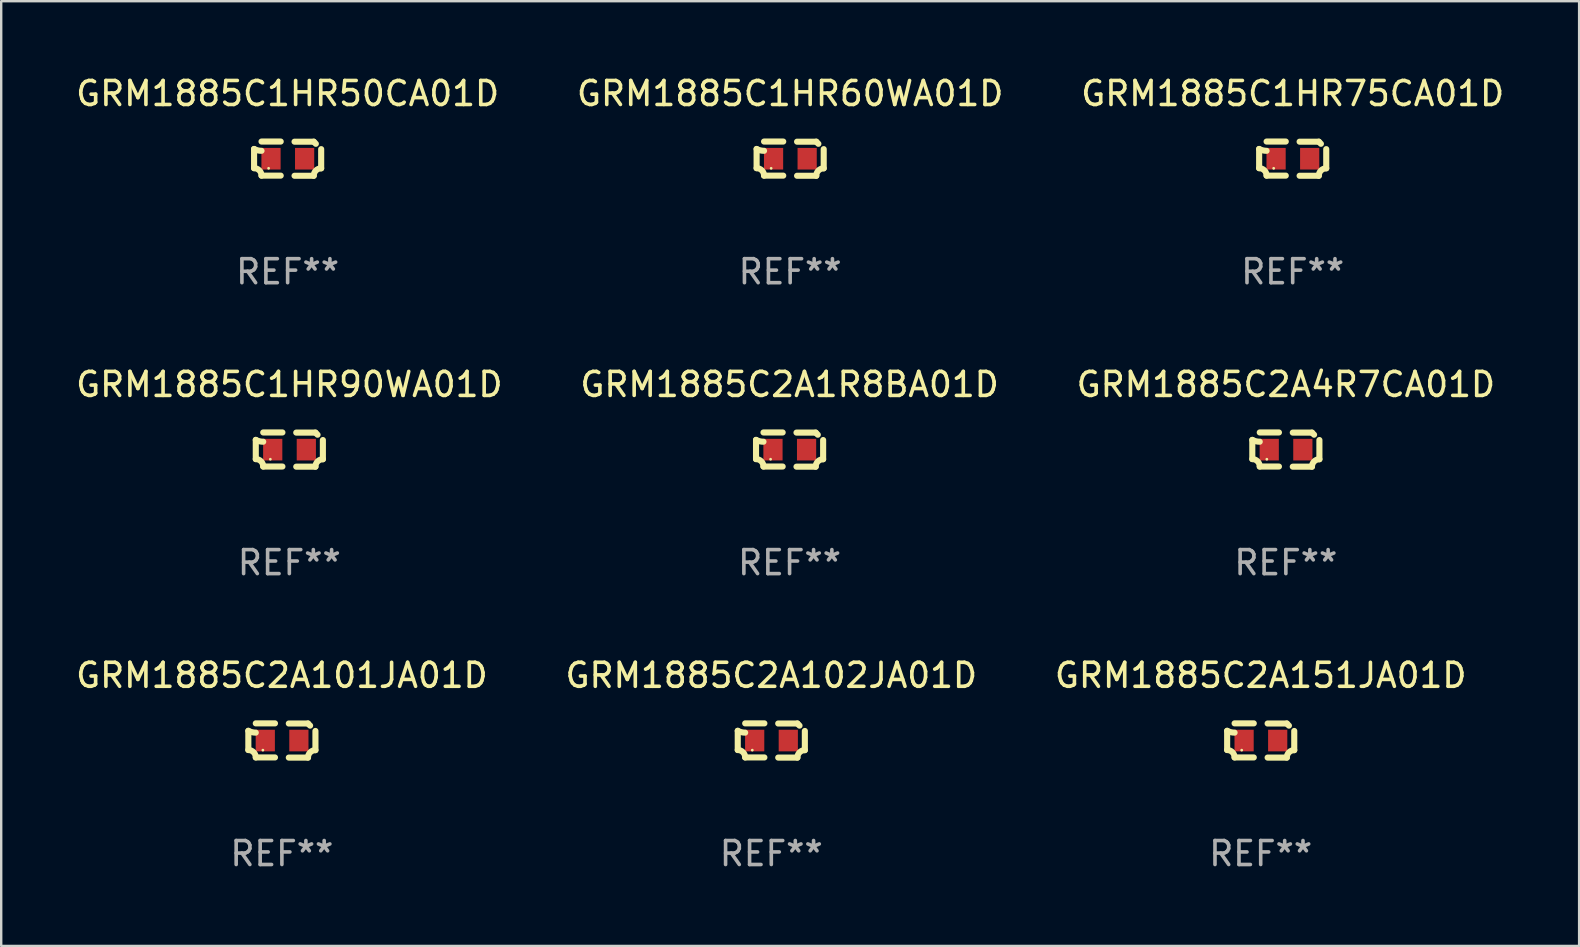
<source format=kicad_pcb>
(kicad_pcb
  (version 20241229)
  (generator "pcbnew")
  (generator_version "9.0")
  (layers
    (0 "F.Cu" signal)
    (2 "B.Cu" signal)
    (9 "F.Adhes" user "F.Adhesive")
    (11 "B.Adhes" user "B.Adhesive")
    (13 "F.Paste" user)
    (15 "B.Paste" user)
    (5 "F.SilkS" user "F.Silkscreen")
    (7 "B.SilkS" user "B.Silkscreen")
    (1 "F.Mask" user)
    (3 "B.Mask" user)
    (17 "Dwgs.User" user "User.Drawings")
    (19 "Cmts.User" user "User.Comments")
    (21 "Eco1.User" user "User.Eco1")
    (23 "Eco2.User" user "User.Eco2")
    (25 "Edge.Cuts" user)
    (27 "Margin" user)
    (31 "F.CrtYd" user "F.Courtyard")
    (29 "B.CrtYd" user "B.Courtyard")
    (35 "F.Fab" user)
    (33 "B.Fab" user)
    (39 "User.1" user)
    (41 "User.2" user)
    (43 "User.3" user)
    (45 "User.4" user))
  (footprint "GRM1885C2A102JA01D"
    (layer "F.Cu")
    (at 29.089 27.805)
    (property "Reference" "GRM1885C2A102JA01D" (at 0 -2.713 0) (layer "F.SilkS") (effects (font (size 1 1) (thickness 0.15))))
    (attr through_hole)
    (fp_line (start -1.398 -0.403) (end -1.398 0.397) (stroke (width 0.254) (type solid)) (layer "F.SilkS"))
    (fp_line (start -0.288 -0.713) (end -1.088 -0.713) (stroke (width 0.254) (type solid)) (layer "F.SilkS"))
    (fp_line (start -0.288 0.707) (end -1.088 0.707) (stroke (width 0.254) (type solid)) (layer "F.SilkS"))
    (fp_line (start 0.288 -0.707) (end 1.088 -0.707) (stroke (width 0.254) (type solid)) (layer "F.SilkS"))
    (fp_line (start 0.288 0.713) (end 1.088 0.713) (stroke (width 0.254) (type solid)) (layer "F.SilkS"))
    (fp_line (start 1.398 -0.397) (end 1.398 0.403) (stroke (width 0.254) (type solid)) (layer "F.SilkS"))
    (fp_arc (start -1.397789 0.397066) (mid -1.178701 0.487826) (end -1.08796 0.706922) (stroke (width 0.254001) (type solid)) (layer "F.SilkS"))
    (fp_arc (start -1.08796 -0.327176) (mid -1.247436 -0.346384) (end -1.39779 -0.402908) (stroke (width 0.254001) (type solid)) (layer "F.SilkS"))
    (fp_arc (start 1.087909 0.712738) (mid 1.178656 0.493655) (end 1.397739 0.402908) (stroke (width 0.254001) (type solid)) (layer "F.SilkS"))
    (fp_arc (start 1.175925 -0.618926) (mid 1.131917 -0.662923) (end 1.08791 -0.706922) (stroke (width 0.254001) (type solid)) (layer "F.SilkS"))
    (fp_circle (center -0.792 0.403) (end -0.762 0.403) (stroke (width 0.06) (type solid)) (fill no) (layer "F.SilkS"))
    (fp_text user "REF**" (at 0 4.713 0) (layer "F.Fab") (effects (font (size 1 1) (thickness 0.15))))
    (pad "1" smd rect (at -0.692 0.003) (size 0.8 0.9) (layers "F.Cu" "F.Mask" "F.Paste"))
    (pad "2" smd rect (at 0.708 0.003) (size 0.8 0.9) (layers "F.Cu" "F.Mask" "F.Paste")))
  (footprint "GRM1885C1HR50CA01D"
    (layer "F.Cu")
    (at 8.935 3.561)
    (property "Reference" "GRM1885C1HR50CA01D" (at 0 -2.713 0) (layer "F.SilkS") (effects (font (size 1 1) (thickness 0.15))))
    (attr through_hole)
    (fp_line (start -1.398 -0.403) (end -1.398 0.397) (stroke (width 0.254) (type solid)) (layer "F.SilkS"))
    (fp_line (start -0.288 -0.713) (end -1.088 -0.713) (stroke (width 0.254) (type solid)) (layer "F.SilkS"))
    (fp_line (start -0.288 0.707) (end -1.088 0.707) (stroke (width 0.254) (type solid)) (layer "F.SilkS"))
    (fp_line (start 0.288 -0.707) (end 1.088 -0.707) (stroke (width 0.254) (type solid)) (layer "F.SilkS"))
    (fp_line (start 0.288 0.713) (end 1.088 0.713) (stroke (width 0.254) (type solid)) (layer "F.SilkS"))
    (fp_line (start 1.398 -0.397) (end 1.398 0.403) (stroke (width 0.254) (type solid)) (layer "F.SilkS"))
    (fp_arc (start -1.397789 0.397066) (mid -1.178701 0.487826) (end -1.08796 0.706922) (stroke (width 0.254001) (type solid)) (layer "F.SilkS"))
    (fp_arc (start -1.08796 -0.327176) (mid -1.247436 -0.346384) (end -1.39779 -0.402908) (stroke (width 0.254001) (type solid)) (layer "F.SilkS"))
    (fp_arc (start 1.087909 0.712738) (mid 1.178656 0.493655) (end 1.397739 0.402908) (stroke (width 0.254001) (type solid)) (layer "F.SilkS"))
    (fp_arc (start 1.175925 -0.618926) (mid 1.131917 -0.662923) (end 1.08791 -0.706922) (stroke (width 0.254001) (type solid)) (layer "F.SilkS"))
    (fp_circle (center -0.792 0.403) (end -0.762 0.403) (stroke (width 0.06) (type solid)) (fill no) (layer "F.SilkS"))
    (fp_text user "REF**" (at 0 4.713 0) (layer "F.Fab") (effects (font (size 1 1) (thickness 0.15))))
    (pad "1" smd rect (at -0.692 0.003) (size 0.8 0.9) (layers "F.Cu" "F.Mask" "F.Paste"))
    (pad "2" smd rect (at 0.708 0.003) (size 0.8 0.9) (layers "F.Cu" "F.Mask" "F.Paste")))
  (footprint "GRM1885C2A1R8BA01D"
    (layer "F.Cu")
    (at 29.851 15.683)
    (property "Reference" "GRM1885C2A1R8BA01D" (at 0 -2.713 0) (layer "F.SilkS") (effects (font (size 1 1) (thickness 0.15))))
    (attr through_hole)
    (fp_line (start -1.398 -0.403) (end -1.398 0.397) (stroke (width 0.254) (type solid)) (layer "F.SilkS"))
    (fp_line (start -0.288 -0.713) (end -1.088 -0.713) (stroke (width 0.254) (type solid)) (layer "F.SilkS"))
    (fp_line (start -0.288 0.707) (end -1.088 0.707) (stroke (width 0.254) (type solid)) (layer "F.SilkS"))
    (fp_line (start 0.288 -0.707) (end 1.088 -0.707) (stroke (width 0.254) (type solid)) (layer "F.SilkS"))
    (fp_line (start 0.288 0.713) (end 1.088 0.713) (stroke (width 0.254) (type solid)) (layer "F.SilkS"))
    (fp_line (start 1.398 -0.397) (end 1.398 0.403) (stroke (width 0.254) (type solid)) (layer "F.SilkS"))
    (fp_arc (start -1.397789 0.397066) (mid -1.178701 0.487826) (end -1.08796 0.706922) (stroke (width 0.254001) (type solid)) (layer "F.SilkS"))
    (fp_arc (start -1.08796 -0.327176) (mid -1.247436 -0.346384) (end -1.39779 -0.402908) (stroke (width 0.254001) (type solid)) (layer "F.SilkS"))
    (fp_arc (start 1.087909 0.712738) (mid 1.178656 0.493655) (end 1.397739 0.402908) (stroke (width 0.254001) (type solid)) (layer "F.SilkS"))
    (fp_arc (start 1.175925 -0.618926) (mid 1.131917 -0.662923) (end 1.08791 -0.706922) (stroke (width 0.254001) (type solid)) (layer "F.SilkS"))
    (fp_circle (center -0.792 0.403) (end -0.762 0.403) (stroke (width 0.06) (type solid)) (fill no) (layer "F.SilkS"))
    (fp_text user "REF**" (at 0 4.713 0) (layer "F.Fab") (effects (font (size 1 1) (thickness 0.15))))
    (pad "1" smd rect (at -0.692 0.003) (size 0.8 0.9) (layers "F.Cu" "F.Mask" "F.Paste"))
    (pad "2" smd rect (at 0.708 0.003) (size 0.8 0.9) (layers "F.Cu" "F.Mask" "F.Paste")))
  (footprint "GRM1885C1HR90WA01D"
    (layer "F.Cu")
    (at 9.006 15.683)
    (property "Reference" "GRM1885C1HR90WA01D" (at 0 -2.713 0) (layer "F.SilkS") (effects (font (size 1 1) (thickness 0.15))))
    (attr through_hole)
    (fp_line (start -1.398 -0.403) (end -1.398 0.397) (stroke (width 0.254) (type solid)) (layer "F.SilkS"))
    (fp_line (start -0.288 -0.713) (end -1.088 -0.713) (stroke (width 0.254) (type solid)) (layer "F.SilkS"))
    (fp_line (start -0.288 0.707) (end -1.088 0.707) (stroke (width 0.254) (type solid)) (layer "F.SilkS"))
    (fp_line (start 0.288 -0.707) (end 1.088 -0.707) (stroke (width 0.254) (type solid)) (layer "F.SilkS"))
    (fp_line (start 0.288 0.713) (end 1.088 0.713) (stroke (width 0.254) (type solid)) (layer "F.SilkS"))
    (fp_line (start 1.398 -0.397) (end 1.398 0.403) (stroke (width 0.254) (type solid)) (layer "F.SilkS"))
    (fp_arc (start -1.397789 0.397066) (mid -1.178701 0.487826) (end -1.08796 0.706922) (stroke (width 0.254001) (type solid)) (layer "F.SilkS"))
    (fp_arc (start -1.08796 -0.327176) (mid -1.247436 -0.346384) (end -1.39779 -0.402908) (stroke (width 0.254001) (type solid)) (layer "F.SilkS"))
    (fp_arc (start 1.087909 0.712738) (mid 1.178656 0.493655) (end 1.397739 0.402908) (stroke (width 0.254001) (type solid)) (layer "F.SilkS"))
    (fp_arc (start 1.175925 -0.618926) (mid 1.131917 -0.662923) (end 1.08791 -0.706922) (stroke (width 0.254001) (type solid)) (layer "F.SilkS"))
    (fp_circle (center -0.792 0.403) (end -0.762 0.403) (stroke (width 0.06) (type solid)) (fill no) (layer "F.SilkS"))
    (fp_text user "REF**" (at 0 4.713 0) (layer "F.Fab") (effects (font (size 1 1) (thickness 0.15))))
    (pad "1" smd rect (at -0.692 0.003) (size 0.8 0.9) (layers "F.Cu" "F.Mask" "F.Paste"))
    (pad "2" smd rect (at 0.708 0.003) (size 0.8 0.9) (layers "F.Cu" "F.Mask" "F.Paste")))
  (footprint "GRM1885C2A101JA01D"
    (layer "F.Cu")
    (at 8.696 27.805)
    (property "Reference" "GRM1885C2A101JA01D" (at 0 -2.713 0) (layer "F.SilkS") (effects (font (size 1 1) (thickness 0.15))))
    (attr through_hole)
    (fp_line (start -1.398 -0.403) (end -1.398 0.397) (stroke (width 0.254) (type solid)) (layer "F.SilkS"))
    (fp_line (start -0.288 -0.713) (end -1.088 -0.713) (stroke (width 0.254) (type solid)) (layer "F.SilkS"))
    (fp_line (start -0.288 0.707) (end -1.088 0.707) (stroke (width 0.254) (type solid)) (layer "F.SilkS"))
    (fp_line (start 0.288 -0.707) (end 1.088 -0.707) (stroke (width 0.254) (type solid)) (layer "F.SilkS"))
    (fp_line (start 0.288 0.713) (end 1.088 0.713) (stroke (width 0.254) (type solid)) (layer "F.SilkS"))
    (fp_line (start 1.398 -0.397) (end 1.398 0.403) (stroke (width 0.254) (type solid)) (layer "F.SilkS"))
    (fp_arc (start -1.397789 0.397066) (mid -1.178701 0.487826) (end -1.08796 0.706922) (stroke (width 0.254001) (type solid)) (layer "F.SilkS"))
    (fp_arc (start -1.08796 -0.327176) (mid -1.247436 -0.346384) (end -1.39779 -0.402908) (stroke (width 0.254001) (type solid)) (layer "F.SilkS"))
    (fp_arc (start 1.087909 0.712738) (mid 1.178656 0.493655) (end 1.397739 0.402908) (stroke (width 0.254001) (type solid)) (layer "F.SilkS"))
    (fp_arc (start 1.175925 -0.618926) (mid 1.131917 -0.662923) (end 1.08791 -0.706922) (stroke (width 0.254001) (type solid)) (layer "F.SilkS"))
    (fp_circle (center -0.792 0.403) (end -0.762 0.403) (stroke (width 0.06) (type solid)) (fill no) (layer "F.SilkS"))
    (fp_text user "REF**" (at 0 4.713 0) (layer "F.Fab") (effects (font (size 1 1) (thickness 0.15))))
    (pad "1" smd rect (at -0.692 0.003) (size 0.8 0.9) (layers "F.Cu" "F.Mask" "F.Paste"))
    (pad "2" smd rect (at 0.708 0.003) (size 0.8 0.9) (layers "F.Cu" "F.Mask" "F.Paste")))
  (footprint "GRM1885C2A151JA01D"
    (layer "F.Cu")
    (at 49.482 27.805)
    (property "Reference" "GRM1885C2A151JA01D" (at 0 -2.713 0) (layer "F.SilkS") (effects (font (size 1 1) (thickness 0.15))))
    (attr through_hole)
    (fp_line (start -1.398 -0.403) (end -1.398 0.397) (stroke (width 0.254) (type solid)) (layer "F.SilkS"))
    (fp_line (start -0.288 -0.713) (end -1.088 -0.713) (stroke (width 0.254) (type solid)) (layer "F.SilkS"))
    (fp_line (start -0.288 0.707) (end -1.088 0.707) (stroke (width 0.254) (type solid)) (layer "F.SilkS"))
    (fp_line (start 0.288 -0.707) (end 1.088 -0.707) (stroke (width 0.254) (type solid)) (layer "F.SilkS"))
    (fp_line (start 0.288 0.713) (end 1.088 0.713) (stroke (width 0.254) (type solid)) (layer "F.SilkS"))
    (fp_line (start 1.398 -0.397) (end 1.398 0.403) (stroke (width 0.254) (type solid)) (layer "F.SilkS"))
    (fp_arc (start -1.397789 0.397066) (mid -1.178701 0.487826) (end -1.08796 0.706922) (stroke (width 0.254001) (type solid)) (layer "F.SilkS"))
    (fp_arc (start -1.08796 -0.327176) (mid -1.247436 -0.346384) (end -1.39779 -0.402908) (stroke (width 0.254001) (type solid)) (layer "F.SilkS"))
    (fp_arc (start 1.087909 0.712738) (mid 1.178656 0.493655) (end 1.397739 0.402908) (stroke (width 0.254001) (type solid)) (layer "F.SilkS"))
    (fp_arc (start 1.175925 -0.618926) (mid 1.131917 -0.662923) (end 1.08791 -0.706922) (stroke (width 0.254001) (type solid)) (layer "F.SilkS"))
    (fp_circle (center -0.792 0.403) (end -0.762 0.403) (stroke (width 0.06) (type solid)) (fill no) (layer "F.SilkS"))
    (fp_text user "REF**" (at 0 4.713 0) (layer "F.Fab") (effects (font (size 1 1) (thickness 0.15))))
    (pad "1" smd rect (at -0.692 0.003) (size 0.8 0.9) (layers "F.Cu" "F.Mask" "F.Paste"))
    (pad "2" smd rect (at 0.708 0.003) (size 0.8 0.9) (layers "F.Cu" "F.Mask" "F.Paste")))
  (footprint "GRM1885C2A4R7CA01D"
    (layer "F.Cu")
    (at 50.53 15.683)
    (property "Reference" "GRM1885C2A4R7CA01D" (at 0 -2.713 0) (layer "F.SilkS") (effects (font (size 1 1) (thickness 0.15))))
    (attr through_hole)
    (fp_line (start -1.398 -0.403) (end -1.398 0.397) (stroke (width 0.254) (type solid)) (layer "F.SilkS"))
    (fp_line (start -0.288 -0.713) (end -1.088 -0.713) (stroke (width 0.254) (type solid)) (layer "F.SilkS"))
    (fp_line (start -0.288 0.707) (end -1.088 0.707) (stroke (width 0.254) (type solid)) (layer "F.SilkS"))
    (fp_line (start 0.288 -0.707) (end 1.088 -0.707) (stroke (width 0.254) (type solid)) (layer "F.SilkS"))
    (fp_line (start 0.288 0.713) (end 1.088 0.713) (stroke (width 0.254) (type solid)) (layer "F.SilkS"))
    (fp_line (start 1.398 -0.397) (end 1.398 0.403) (stroke (width 0.254) (type solid)) (layer "F.SilkS"))
    (fp_arc (start -1.397789 0.397066) (mid -1.178701 0.487826) (end -1.08796 0.706922) (stroke (width 0.254001) (type solid)) (layer "F.SilkS"))
    (fp_arc (start -1.08796 -0.327176) (mid -1.247436 -0.346384) (end -1.39779 -0.402908) (stroke (width 0.254001) (type solid)) (layer "F.SilkS"))
    (fp_arc (start 1.087909 0.712738) (mid 1.178656 0.493655) (end 1.397739 0.402908) (stroke (width 0.254001) (type solid)) (layer "F.SilkS"))
    (fp_arc (start 1.175925 -0.618926) (mid 1.131917 -0.662923) (end 1.08791 -0.706922) (stroke (width 0.254001) (type solid)) (layer "F.SilkS"))
    (fp_circle (center -0.792 0.403) (end -0.762 0.403) (stroke (width 0.06) (type solid)) (fill no) (layer "F.SilkS"))
    (fp_text user "REF**" (at 0 4.713 0) (layer "F.Fab") (effects (font (size 1 1) (thickness 0.15))))
    (pad "1" smd rect (at -0.692 0.003) (size 0.8 0.9) (layers "F.Cu" "F.Mask" "F.Paste"))
    (pad "2" smd rect (at 0.708 0.003) (size 0.8 0.9) (layers "F.Cu" "F.Mask" "F.Paste")))
  (footprint "GRM1885C1HR75CA01D"
    (layer "F.Cu")
    (at 50.815 3.561)
    (property "Reference" "GRM1885C1HR75CA01D" (at 0 -2.713 0) (layer "F.SilkS") (effects (font (size 1 1) (thickness 0.15))))
    (attr through_hole)
    (fp_line (start -1.398 -0.403) (end -1.398 0.397) (stroke (width 0.254) (type solid)) (layer "F.SilkS"))
    (fp_line (start -0.288 -0.713) (end -1.088 -0.713) (stroke (width 0.254) (type solid)) (layer "F.SilkS"))
    (fp_line (start -0.288 0.707) (end -1.088 0.707) (stroke (width 0.254) (type solid)) (layer "F.SilkS"))
    (fp_line (start 0.288 -0.707) (end 1.088 -0.707) (stroke (width 0.254) (type solid)) (layer "F.SilkS"))
    (fp_line (start 0.288 0.713) (end 1.088 0.713) (stroke (width 0.254) (type solid)) (layer "F.SilkS"))
    (fp_line (start 1.398 -0.397) (end 1.398 0.403) (stroke (width 0.254) (type solid)) (layer "F.SilkS"))
    (fp_arc (start -1.397789 0.397066) (mid -1.178701 0.487826) (end -1.08796 0.706922) (stroke (width 0.254001) (type solid)) (layer "F.SilkS"))
    (fp_arc (start -1.08796 -0.327176) (mid -1.247436 -0.346384) (end -1.39779 -0.402908) (stroke (width 0.254001) (type solid)) (layer "F.SilkS"))
    (fp_arc (start 1.087909 0.712738) (mid 1.178656 0.493655) (end 1.397739 0.402908) (stroke (width 0.254001) (type solid)) (layer "F.SilkS"))
    (fp_arc (start 1.175925 -0.618926) (mid 1.131917 -0.662923) (end 1.08791 -0.706922) (stroke (width 0.254001) (type solid)) (layer "F.SilkS"))
    (fp_circle (center -0.792 0.403) (end -0.762 0.403) (stroke (width 0.06) (type solid)) (fill no) (layer "F.SilkS"))
    (fp_text user "REF**" (at 0 4.713 0) (layer "F.Fab") (effects (font (size 1 1) (thickness 0.15))))
    (pad "1" smd rect (at -0.692 0.003) (size 0.8 0.9) (layers "F.Cu" "F.Mask" "F.Paste"))
    (pad "2" smd rect (at 0.708 0.003) (size 0.8 0.9) (layers "F.Cu" "F.Mask" "F.Paste")))
  (footprint "GRM1885C1HR60WA01D"
    (layer "F.Cu")
    (at 29.875 3.561)
    (property "Reference" "GRM1885C1HR60WA01D" (at 0 -2.713 0) (layer "F.SilkS") (effects (font (size 1 1) (thickness 0.15))))
    (attr through_hole)
    (fp_line (start -1.398 -0.403) (end -1.398 0.397) (stroke (width 0.254) (type solid)) (layer "F.SilkS"))
    (fp_line (start -0.288 -0.713) (end -1.088 -0.713) (stroke (width 0.254) (type solid)) (layer "F.SilkS"))
    (fp_line (start -0.288 0.707) (end -1.088 0.707) (stroke (width 0.254) (type solid)) (layer "F.SilkS"))
    (fp_line (start 0.288 -0.707) (end 1.088 -0.707) (stroke (width 0.254) (type solid)) (layer "F.SilkS"))
    (fp_line (start 0.288 0.713) (end 1.088 0.713) (stroke (width 0.254) (type solid)) (layer "F.SilkS"))
    (fp_line (start 1.398 -0.397) (end 1.398 0.403) (stroke (width 0.254) (type solid)) (layer "F.SilkS"))
    (fp_arc (start -1.397789 0.397066) (mid -1.178701 0.487826) (end -1.08796 0.706922) (stroke (width 0.254001) (type solid)) (layer "F.SilkS"))
    (fp_arc (start -1.08796 -0.327176) (mid -1.247436 -0.346384) (end -1.39779 -0.402908) (stroke (width 0.254001) (type solid)) (layer "F.SilkS"))
    (fp_arc (start 1.087909 0.712738) (mid 1.178656 0.493655) (end 1.397739 0.402908) (stroke (width 0.254001) (type solid)) (layer "F.SilkS"))
    (fp_arc (start 1.175925 -0.618926) (mid 1.131917 -0.662923) (end 1.08791 -0.706922) (stroke (width 0.254001) (type solid)) (layer "F.SilkS"))
    (fp_circle (center -0.792 0.403) (end -0.762 0.403) (stroke (width 0.06) (type solid)) (fill no) (layer "F.SilkS"))
    (fp_text user "REF**" (at 0 4.713 0) (layer "F.Fab") (effects (font (size 1 1) (thickness 0.15))))
    (pad "1" smd rect (at -0.692 0.003) (size 0.8 0.9) (layers "F.Cu" "F.Mask" "F.Paste"))
    (pad "2" smd rect (at 0.708 0.003) (size 0.8 0.9) (layers "F.Cu" "F.Mask" "F.Paste")))
  (gr_rect
    (start -3 -3)
    (end 62.75 36.366)
    (stroke (width 0.1) (type default))
    (fill no)
    (layer "Edge.Cuts")))
</source>
